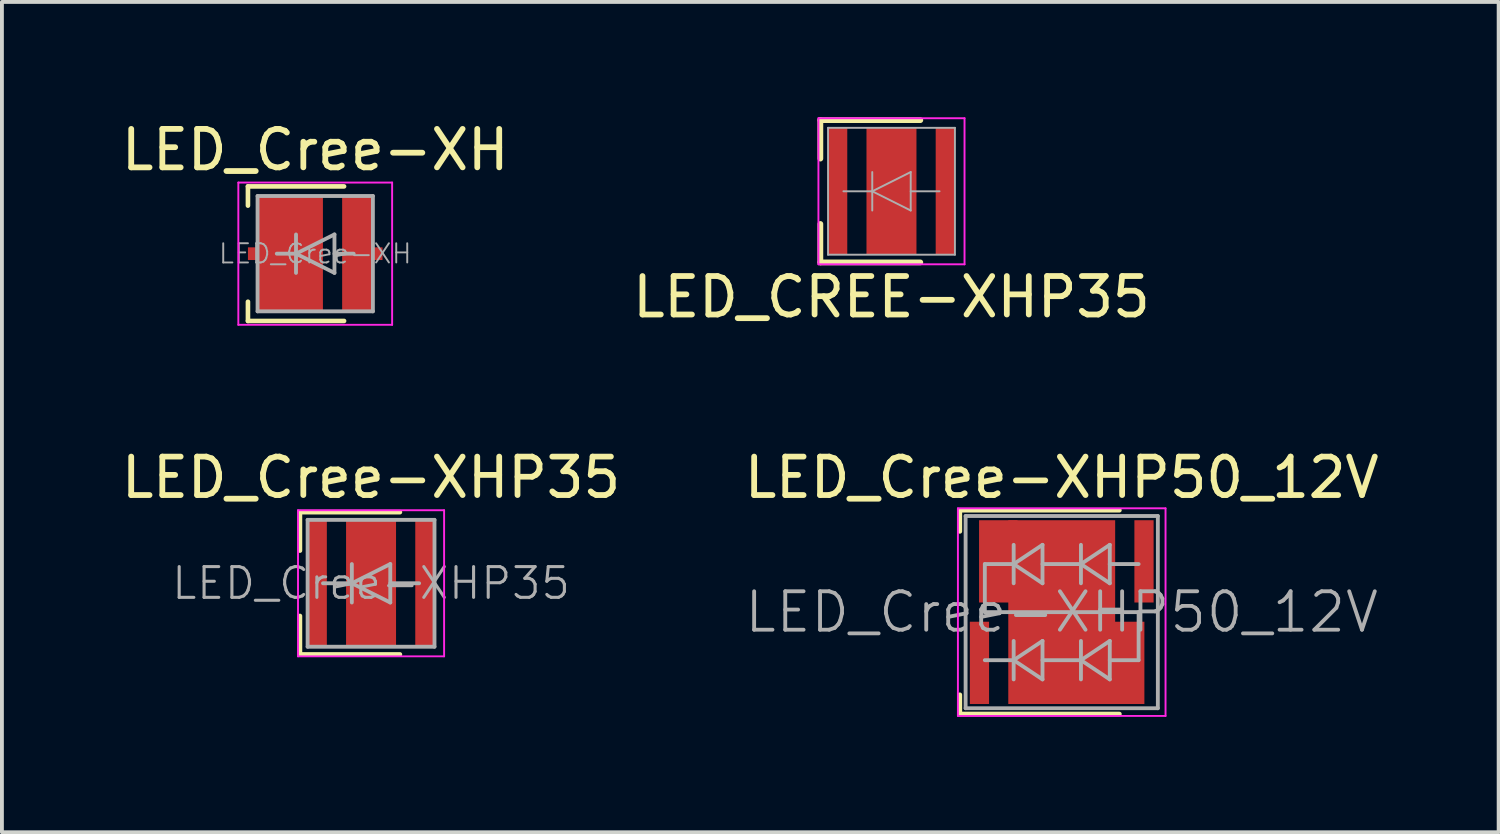
<source format=kicad_pcb>
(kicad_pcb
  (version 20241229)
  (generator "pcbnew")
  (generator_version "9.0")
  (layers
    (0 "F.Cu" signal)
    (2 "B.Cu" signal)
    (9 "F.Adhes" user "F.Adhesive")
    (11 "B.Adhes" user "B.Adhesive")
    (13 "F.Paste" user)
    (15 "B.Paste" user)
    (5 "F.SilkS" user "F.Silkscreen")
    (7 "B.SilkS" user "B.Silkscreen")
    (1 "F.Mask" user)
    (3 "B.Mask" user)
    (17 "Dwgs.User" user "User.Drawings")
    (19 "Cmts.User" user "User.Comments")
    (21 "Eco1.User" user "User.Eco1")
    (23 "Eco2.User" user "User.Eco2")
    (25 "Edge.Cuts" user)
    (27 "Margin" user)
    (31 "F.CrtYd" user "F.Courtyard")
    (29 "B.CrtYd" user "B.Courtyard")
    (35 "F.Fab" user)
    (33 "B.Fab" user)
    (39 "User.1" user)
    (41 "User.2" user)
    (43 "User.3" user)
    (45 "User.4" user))
  (footprint "LED_Cree-XH"
    (layer "F.Cu")
    (at 5.149 3.548)
    (property "Reference" "LED_Cree-XH" (at 0 -2.7 0) (layer "F.SilkS") (effects (font (size 1 1) (thickness 0.15))))
    (attr smd)
    (fp_line (start -1.75 -1.75) (end -1.75 -1.25) (stroke (width 0.12) (type solid)) (layer "F.SilkS"))
    (fp_line (start -1.75 1.25) (end -1.75 1.75) (stroke (width 0.12) (type solid)) (layer "F.SilkS"))
    (fp_line (start -1.75 1.75) (end 0.75 1.75) (stroke (width 0.12) (type solid)) (layer "F.SilkS"))
    (fp_line (start 0.75 -1.75) (end -1.75 -1.75) (stroke (width 0.12) (type solid)) (layer "F.SilkS"))
    (fp_line (start -2 -1.85) (end -2 1.85) (stroke (width 0.05) (type solid)) (layer "F.CrtYd"))
    (fp_line (start -2 1.85) (end 2 1.85) (stroke (width 0.05) (type solid)) (layer "F.CrtYd"))
    (fp_line (start 2 -1.85) (end -2 -1.85) (stroke (width 0.05) (type solid)) (layer "F.CrtYd"))
    (fp_line (start 2 1.85) (end 2 -1.85) (stroke (width 0.05) (type solid)) (layer "F.CrtYd"))
    (fp_line (start -1.5 -1.5) (end 1.5 -1.5) (stroke (width 0.1) (type solid)) (layer "F.Fab"))
    (fp_line (start -1.5 1.5) (end -1.5 -1.5) (stroke (width 0.1) (type solid)) (layer "F.Fab"))
    (fp_line (start -1 0) (end -0.5 0) (stroke (width 0.1) (type solid)) (layer "F.Fab"))
    (fp_line (start -0.5 -0.5) (end -0.5 0.5) (stroke (width 0.1) (type solid)) (layer "F.Fab"))
    (fp_line (start -0.5 0) (end 0.5 -0.5) (stroke (width 0.1) (type solid)) (layer "F.Fab"))
    (fp_line (start 0.5 -0.5) (end 0.5 0.5) (stroke (width 0.1) (type solid)) (layer "F.Fab"))
    (fp_line (start 0.5 0.5) (end -0.5 0) (stroke (width 0.1) (type solid)) (layer "F.Fab"))
    (fp_line (start 1 0) (end 0.5 0) (stroke (width 0.1) (type solid)) (layer "F.Fab"))
    (fp_line (start 1.5 -1.5) (end 1.5 1.5) (stroke (width 0.1) (type solid)) (layer "F.Fab"))
    (fp_line (start 1.5 1.5) (end -1.5 1.5) (stroke (width 0.1) (type solid)) (layer "F.Fab"))
    (fp_text user "${REFERENCE}" (at 0 0 0) (layer "F.Fab") (effects (font (size 0.5 0.5) (thickness 0.05))))
    (pad "1" smd rect (at -1.5 0) (size 0.5 0.33) (layers "F.Cu" "F.Mask"))
    (pad "1" smd rect (at -0.65 -0.75) (size 1.35 1.2) (layers "F.Cu" "F.Mask" "F.Paste"))
    (pad "1" smd rect (at -0.65 0) (size 1.7 3) (layers "F.Cu" "F.Mask"))
    (pad "1" smd rect (at -0.65 0.75) (size 1.35 1.2) (layers "F.Cu" "F.Mask" "F.Paste"))
    (pad "2" smd rect (at 1.1 -0.75) (size 0.7 1.2) (layers "F.Cu" "F.Mask" "F.Paste"))
    (pad "2" smd rect (at 1.1 0) (size 0.8 3) (layers "F.Cu" "F.Mask"))
    (pad "2" smd rect (at 1.1 0.75) (size 0.7 1.2) (layers "F.Cu" "F.Mask" "F.Paste"))
    (pad "2" smd rect (at 1.5 0) (size 0.5 0.33) (layers "F.Cu" "F.Mask")))
  (footprint "LED_Cree-XHP35"
    (layer "F.Cu")
    (at 6.601 12.121)
    (property "Reference" "LED_Cree-XHP35" (at 0 -2.75 0) (layer "F.SilkS") (effects (font (size 1 1) (thickness 0.15))))
    (attr smd)
    (fp_line (start -1.85 -1.85) (end -1.85 -0.85) (stroke (width 0.12) (type solid)) (layer "F.SilkS"))
    (fp_line (start -1.85 1.85) (end -1.85 0.85) (stroke (width 0.12) (type solid)) (layer "F.SilkS"))
    (fp_line (start 0.75 -1.85) (end -1.85 -1.85) (stroke (width 0.12) (type solid)) (layer "F.SilkS"))
    (fp_line (start 0.75 1.85) (end -1.85 1.85) (stroke (width 0.12) (type solid)) (layer "F.SilkS"))
    (fp_line (start -1.9 -1.9) (end -1.9 1.9) (stroke (width 0.05) (type solid)) (layer "F.CrtYd"))
    (fp_line (start -1.9 1.9) (end 1.9 1.9) (stroke (width 0.05) (type solid)) (layer "F.CrtYd"))
    (fp_line (start 1.9 -1.9) (end -1.9 -1.9) (stroke (width 0.05) (type solid)) (layer "F.CrtYd"))
    (fp_line (start 1.9 1.9) (end 1.9 -1.9) (stroke (width 0.05) (type solid)) (layer "F.CrtYd"))
    (fp_line (start -1.65 -1.65) (end 1.65 -1.65) (stroke (width 0.1) (type solid)) (layer "F.Fab"))
    (fp_line (start -1.65 1.65) (end -1.65 -1.65) (stroke (width 0.1) (type solid)) (layer "F.Fab"))
    (fp_line (start -1.25 0) (end -0.5 0) (stroke (width 0.1) (type solid)) (layer "F.Fab"))
    (fp_line (start -0.5 -0.5) (end -0.5 0.5) (stroke (width 0.1) (type solid)) (layer "F.Fab"))
    (fp_line (start -0.5 0) (end 0.5 -0.5) (stroke (width 0.1) (type solid)) (layer "F.Fab"))
    (fp_line (start 0.5 -0.5) (end 0.5 0.5) (stroke (width 0.1) (type solid)) (layer "F.Fab"))
    (fp_line (start 0.5 0.5) (end -0.5 0) (stroke (width 0.1) (type solid)) (layer "F.Fab"))
    (fp_line (start 1.25 0) (end 0.5 0) (stroke (width 0.1) (type solid)) (layer "F.Fab"))
    (fp_line (start 1.65 -1.65) (end 1.65 1.65) (stroke (width 0.1) (type solid)) (layer "F.Fab"))
    (fp_line (start 1.65 1.65) (end -1.65 1.65) (stroke (width 0.1) (type solid)) (layer "F.Fab"))
    (fp_text user "${REFERENCE}" (at 0 0 0) (layer "F.Fab") (effects (font (size 0.8 0.8) (thickness 0.08))))
    (pad "1" smd rect (at -1.4 0) (size 0.5 3.3) (layers "F.Cu" "F.Mask" "F.Paste"))
    (pad "2" smd rect (at 1.4 0) (size 0.5 3.3) (layers "F.Cu" "F.Mask" "F.Paste"))
    (pad "3" smd rect (at 0 -1) (size 1 0.75) (layers "F.Cu" "F.Mask" "F.Paste"))
    (pad "3" smd rect (at 0 0) (size 1 0.75) (layers "F.Cu" "F.Mask" "F.Paste"))
    (pad "3" smd rect (at 0 0) (size 1.3 3.3) (layers "F.Cu" "F.Mask"))
    (pad "3" smd rect (at 0 1) (size 1 0.75) (layers "F.Cu" "F.Mask" "F.Paste")))
  (footprint "LED_CREE-XHP35"
    (layer "F.Cu")
    (at 20.137 1.925)
    (property "Reference" "LED_CREE-XHP35" (at 0 2.75 0) (layer "F.SilkS") (effects (font (size 1 1) (thickness 0.15))))
    (attr smd)
    (fp_line (start -1.85 -1.85) (end -1.85 -0.85) (stroke (width 0.15) (type solid)) (layer "F.SilkS"))
    (fp_line (start -1.85 1.85) (end -1.85 0.85) (stroke (width 0.15) (type solid)) (layer "F.SilkS"))
    (fp_line (start 0.75 -1.85) (end -1.85 -1.85) (stroke (width 0.15) (type solid)) (layer "F.SilkS"))
    (fp_line (start 0.75 1.85) (end -1.85 1.85) (stroke (width 0.15) (type solid)) (layer "F.SilkS"))
    (fp_line (start -1.9 -1.9) (end -1.9 1.9) (stroke (width 0.05) (type solid)) (layer "F.CrtYd"))
    (fp_line (start -1.9 1.9) (end 1.9 1.9) (stroke (width 0.05) (type solid)) (layer "F.CrtYd"))
    (fp_line (start 1.9 -1.9) (end -1.9 -1.9) (stroke (width 0.05) (type solid)) (layer "F.CrtYd"))
    (fp_line (start 1.9 1.9) (end 1.9 -1.9) (stroke (width 0.05) (type solid)) (layer "F.CrtYd"))
    (fp_line (start -1.65 -1.65) (end 1.65 -1.65) (stroke (width 0.05) (type solid)) (layer "F.Fab"))
    (fp_line (start -1.65 1.65) (end -1.65 -1.65) (stroke (width 0.05) (type solid)) (layer "F.Fab"))
    (fp_line (start -1.25 0) (end -0.5 0) (stroke (width 0.05) (type solid)) (layer "F.Fab"))
    (fp_line (start -0.5 -0.5) (end -0.5 0.5) (stroke (width 0.05) (type solid)) (layer "F.Fab"))
    (fp_line (start -0.5 0) (end 0.5 -0.5) (stroke (width 0.05) (type solid)) (layer "F.Fab"))
    (fp_line (start 0.5 -0.5) (end 0.5 0.5) (stroke (width 0.05) (type solid)) (layer "F.Fab"))
    (fp_line (start 0.5 0.5) (end -0.5 0) (stroke (width 0.05) (type solid)) (layer "F.Fab"))
    (fp_line (start 1.25 0) (end 0.5 0) (stroke (width 0.05) (type solid)) (layer "F.Fab"))
    (fp_line (start 1.65 -1.65) (end 1.65 1.65) (stroke (width 0.05) (type solid)) (layer "F.Fab"))
    (fp_line (start 1.65 1.65) (end -1.65 1.65) (stroke (width 0.05) (type solid)) (layer "F.Fab"))
    (pad "1" smd rect (at -1.4 0) (size 0.5 3.3) (layers "F.Cu" "F.Mask" "F.Paste"))
    (pad "2" smd rect (at 1.4 0) (size 0.5 3.3) (layers "F.Cu" "F.Mask" "F.Paste"))
    (pad "3" smd rect (at 0 -1) (size 1 0.75) (layers "F.Cu" "F.Mask" "F.Paste"))
    (pad "3" smd rect (at 0 0) (size 1 0.75) (layers "F.Cu" "F.Mask" "F.Paste"))
    (pad "3" smd rect (at 0 0) (size 1.3 3.3) (layers "F.Cu" "F.Mask"))
    (pad "3" smd rect (at 0 1) (size 1 0.75) (layers "F.Cu" "F.Mask" "F.Paste")))
  (footprint "LED_Cree-XHP50_12V"
    (layer "F.Cu")
    (at 24.565 12.871)
    (property "Reference" "LED_Cree-XHP50_12V" (at 0 -3.5 0) (layer "F.SilkS") (effects (font (size 1 1) (thickness 0.15))))
    (attr smd)
    (fp_line (start -2.65 -2.65) (end -2.65 -2.1) (stroke (width 0.12) (type solid)) (layer "F.SilkS"))
    (fp_line (start -2.65 2.65) (end -2.65 2.15) (stroke (width 0.12) (type solid)) (layer "F.SilkS"))
    (fp_line (start 1.5 -2.65) (end -2.65 -2.65) (stroke (width 0.12) (type solid)) (layer "F.SilkS"))
    (fp_line (start 1.5 2.65) (end -2.65 2.65) (stroke (width 0.12) (type solid)) (layer "F.SilkS"))
    (fp_line (start -2.7 -2.7) (end -2.7 2.7) (stroke (width 0.05) (type solid)) (layer "F.CrtYd"))
    (fp_line (start -2.7 2.7) (end 2.7 2.7) (stroke (width 0.05) (type solid)) (layer "F.CrtYd"))
    (fp_line (start 2.7 -2.7) (end -2.7 -2.7) (stroke (width 0.05) (type solid)) (layer "F.CrtYd"))
    (fp_line (start 2.7 2.7) (end 2.7 -2.7) (stroke (width 0.05) (type solid)) (layer "F.CrtYd"))
    (fp_line (start -2.5 -2.5) (end 2.5 -2.5) (stroke (width 0.1) (type solid)) (layer "F.Fab"))
    (fp_line (start -2.5 2.5) (end -2.5 -2.5) (stroke (width 0.1) (type solid)) (layer "F.Fab"))
    (fp_line (start -2 -1.25) (end -2 0) (stroke (width 0.1) (type solid)) (layer "F.Fab"))
    (fp_line (start -2 -1.25) (end -1.25 -1.25) (stroke (width 0.1) (type solid)) (layer "F.Fab"))
    (fp_line (start -2 0) (end 2 0) (stroke (width 0.1) (type solid)) (layer "F.Fab"))
    (fp_line (start -2 1.25) (end -1.25 1.25) (stroke (width 0.1) (type solid)) (layer "F.Fab"))
    (fp_line (start -1.25 -1.25) (end -1.25 -1.75) (stroke (width 0.1) (type solid)) (layer "F.Fab"))
    (fp_line (start -1.25 -1.25) (end -1.25 -0.75) (stroke (width 0.1) (type solid)) (layer "F.Fab"))
    (fp_line (start -1.25 -1.25) (end -0.5 -1.75) (stroke (width 0.1) (type solid)) (layer "F.Fab"))
    (fp_line (start -1.25 1.25) (end -1.25 0.75) (stroke (width 0.1) (type solid)) (layer "F.Fab"))
    (fp_line (start -1.25 1.25) (end -1.25 1.75) (stroke (width 0.1) (type solid)) (layer "F.Fab"))
    (fp_line (start -1.25 1.25) (end -0.5 0.75) (stroke (width 0.1) (type solid)) (layer "F.Fab"))
    (fp_line (start -0.5 -1.75) (end -0.5 -0.75) (stroke (width 0.1) (type solid)) (layer "F.Fab"))
    (fp_line (start -0.5 -1.25) (end 0.5 -1.25) (stroke (width 0.1) (type solid)) (layer "F.Fab"))
    (fp_line (start -0.5 -0.75) (end -1.25 -1.25) (stroke (width 0.1) (type solid)) (layer "F.Fab"))
    (fp_line (start -0.5 0.75) (end -0.5 1.75) (stroke (width 0.1) (type solid)) (layer "F.Fab"))
    (fp_line (start -0.5 1.25) (end 0.5 1.25) (stroke (width 0.1) (type solid)) (layer "F.Fab"))
    (fp_line (start -0.5 1.75) (end -1.25 1.25) (stroke (width 0.1) (type solid)) (layer "F.Fab"))
    (fp_line (start 0.5 -1.75) (end 0.5 -0.75) (stroke (width 0.1) (type solid)) (layer "F.Fab"))
    (fp_line (start 0.5 -1.25) (end 1.25 -0.75) (stroke (width 0.1) (type solid)) (layer "F.Fab"))
    (fp_line (start 0.5 0.75) (end 0.5 1.75) (stroke (width 0.1) (type solid)) (layer "F.Fab"))
    (fp_line (start 0.5 1.25) (end 1.25 1.75) (stroke (width 0.1) (type solid)) (layer "F.Fab"))
    (fp_line (start 1.25 -1.75) (end 0.5 -1.25) (stroke (width 0.1) (type solid)) (layer "F.Fab"))
    (fp_line (start 1.25 -1.25) (end 1.25 -1.75) (stroke (width 0.1) (type solid)) (layer "F.Fab"))
    (fp_line (start 1.25 -0.75) (end 1.25 -1.25) (stroke (width 0.1) (type solid)) (layer "F.Fab"))
    (fp_line (start 1.25 0.75) (end 0.5 1.25) (stroke (width 0.1) (type solid)) (layer "F.Fab"))
    (fp_line (start 1.25 0.75) (end 1.25 1.75) (stroke (width 0.1) (type solid)) (layer "F.Fab"))
    (fp_line (start 2 -1.25) (end 1.25 -1.25) (stroke (width 0.1) (type solid)) (layer "F.Fab"))
    (fp_line (start 2 0) (end 2 1.25) (stroke (width 0.1) (type solid)) (layer "F.Fab"))
    (fp_line (start 2 1.25) (end 1.25 1.25) (stroke (width 0.1) (type solid)) (layer "F.Fab"))
    (fp_line (start 2.5 -2.5) (end 2.5 2.5) (stroke (width 0.1) (type solid)) (layer "F.Fab"))
    (fp_line (start 2.5 2.5) (end -2.5 2.5) (stroke (width 0.1) (type solid)) (layer "F.Fab"))
    (fp_text user "${REFERENCE}" (at 0 0 0) (layer "F.Fab") (effects (font (size 1 1) (thickness 0.1))))
    (pad "" smd rect (at -2.14 -1.32) (size 0.5 2.14) (layers "F.Paste"))
    (pad "" smd rect (at -0.61 -1.575) (size 0.97 0.8) (layers "F.Paste"))
    (pad "" smd rect (at -0.61 -0.525) (size 0.97 0.8) (layers "F.Paste"))
    (pad "" smd rect (at -0.61 0.525) (size 0.97 0.8) (layers "F.Paste"))
    (pad "" smd rect (at -0.61 1.575) (size 0.97 0.8) (layers "F.Paste"))
    (pad "" smd rect (at 0.61 -1.575) (size 0.97 0.8) (layers "F.Paste"))
    (pad "" smd rect (at 0.61 -0.525) (size 0.97 0.8) (layers "F.Paste"))
    (pad "" smd rect (at 0.61 0.525) (size 0.97 0.8) (layers "F.Paste"))
    (pad "" smd rect (at 0.61 1.575) (size 0.97 0.8) (layers "F.Paste"))
    (pad "" smd rect (at 2.14 1.32) (size 0.5 2.14) (layers "F.Paste"))
    (pad "1" smd rect (at -2.14 1.32) (size 0.5 2.14) (layers "F.Cu" "F.Mask" "F.Paste"))
    (pad "2" smd rect (at 2.14 -1.32) (size 0.5 2.14) (layers "F.Cu" "F.Mask" "F.Paste"))
    (pad "3" smd rect (at -1.65 -1.32) (size 1 2.14) (layers "F.Cu" "F.Mask"))
    (pad "3" smd rect (at 0 0) (size 2.78 4.78) (layers "F.Cu" "F.Mask"))
    (pad "3" smd rect (at 1.65 1.32) (size 1 2.14) (layers "F.Cu" "F.Mask")))
  (gr_rect
    (start -3 -3)
    (end 35.929 18.596)
    (stroke (width 0.1) (type default))
    (fill no)
    (layer "Edge.Cuts")))
</source>
